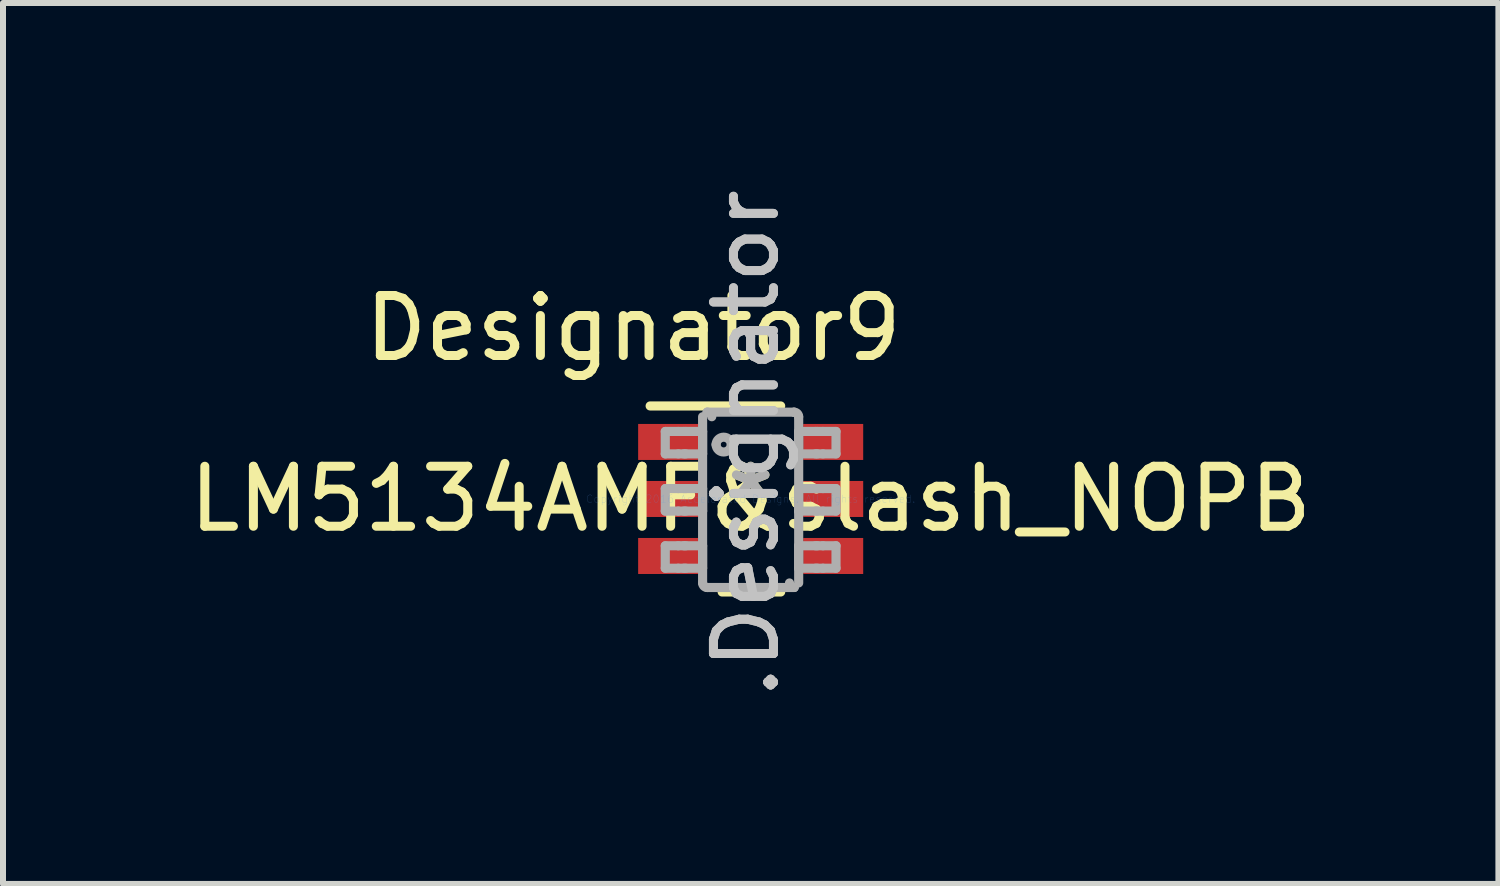
<source format=kicad_pcb>
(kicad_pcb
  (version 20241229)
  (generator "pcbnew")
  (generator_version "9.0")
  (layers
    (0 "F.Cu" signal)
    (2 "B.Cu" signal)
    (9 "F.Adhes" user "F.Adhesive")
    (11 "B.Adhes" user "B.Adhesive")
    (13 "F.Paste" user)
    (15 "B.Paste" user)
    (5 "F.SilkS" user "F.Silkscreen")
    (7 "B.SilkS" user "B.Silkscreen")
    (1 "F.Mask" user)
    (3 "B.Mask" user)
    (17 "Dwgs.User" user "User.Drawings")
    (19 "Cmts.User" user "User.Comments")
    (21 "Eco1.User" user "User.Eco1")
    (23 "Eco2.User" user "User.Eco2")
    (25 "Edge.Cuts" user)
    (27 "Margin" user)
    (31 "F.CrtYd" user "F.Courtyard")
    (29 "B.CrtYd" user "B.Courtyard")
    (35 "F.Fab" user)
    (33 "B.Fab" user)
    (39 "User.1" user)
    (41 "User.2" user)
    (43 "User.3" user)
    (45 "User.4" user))
  (footprint "LM5134AMF&slash_NOPB"
    (layer "F.Cu")
    (at 9.458 5.264)
    (property "Reference" "LM5134AMF&slash_NOPB" (at 0 0 0) (layer "F.SilkS") (effects (font (size 1 1) (thickness 0.15))))
    (attr through_hole)
    (fp_line (start -1.675 -1.55) (end 0.5 -1.55) (stroke (width 0.152) (type solid)) (layer "F.SilkS"))
    (fp_line (start -0.475 1.55) (end 0.5 1.55) (stroke (width 0.152) (type solid)) (layer "F.SilkS"))
    (fp_line (start -1.423 -1.125) (end -1.206 -1.125) (stroke (width 0.152) (type solid)) (layer "F.Fab"))
    (fp_line (start -1.423 -0.751) (end -1.423 -1.125) (stroke (width 0.152) (type solid)) (layer "F.Fab"))
    (fp_line (start -1.423 -0.751) (end -1.206 -0.751) (stroke (width 0.152) (type solid)) (layer "F.Fab"))
    (fp_line (start -1.423 -0.173) (end -1.206 -0.173) (stroke (width 0.152) (type solid)) (layer "F.Fab"))
    (fp_line (start -1.423 0.202) (end -1.423 -0.173) (stroke (width 0.152) (type solid)) (layer "F.Fab"))
    (fp_line (start -1.423 0.202) (end -1.206 0.202) (stroke (width 0.152) (type solid)) (layer "F.Fab"))
    (fp_line (start -1.423 0.78) (end -1.206 0.78) (stroke (width 0.152) (type solid)) (layer "F.Fab"))
    (fp_line (start -1.423 1.154) (end -1.423 0.78) (stroke (width 0.152) (type solid)) (layer "F.Fab"))
    (fp_line (start -1.423 1.154) (end -1.206 1.154) (stroke (width 0.152) (type solid)) (layer "F.Fab"))
    (fp_line (start -1.206 -1.125) (end -1.113 -1.125) (stroke (width 0.152) (type solid)) (layer "F.Fab"))
    (fp_line (start -1.206 -0.751) (end -1.113 -0.751) (stroke (width 0.152) (type solid)) (layer "F.Fab"))
    (fp_line (start -1.206 -0.173) (end -1.113 -0.173) (stroke (width 0.152) (type solid)) (layer "F.Fab"))
    (fp_line (start -1.206 0.202) (end -1.113 0.202) (stroke (width 0.152) (type solid)) (layer "F.Fab"))
    (fp_line (start -1.206 0.78) (end -1.113 0.78) (stroke (width 0.152) (type solid)) (layer "F.Fab"))
    (fp_line (start -1.206 1.154) (end -1.113 1.154) (stroke (width 0.152) (type solid)) (layer "F.Fab"))
    (fp_line (start -1.113 -1.125) (end -1.081 -1.125) (stroke (width 0.152) (type solid)) (layer "F.Fab"))
    (fp_line (start -1.113 -0.751) (end -1.081 -0.751) (stroke (width 0.152) (type solid)) (layer "F.Fab"))
    (fp_line (start -1.113 -0.173) (end -1.081 -0.173) (stroke (width 0.152) (type solid)) (layer "F.Fab"))
    (fp_line (start -1.113 0.202) (end -1.081 0.202) (stroke (width 0.152) (type solid)) (layer "F.Fab"))
    (fp_line (start -1.113 0.78) (end -1.081 0.78) (stroke (width 0.152) (type solid)) (layer "F.Fab"))
    (fp_line (start -1.113 1.154) (end -1.081 1.154) (stroke (width 0.152) (type solid)) (layer "F.Fab"))
    (fp_line (start -1.081 -1.125) (end -0.828 -1.125) (stroke (width 0.152) (type solid)) (layer "F.Fab"))
    (fp_line (start -1.081 -0.751) (end -0.828 -0.751) (stroke (width 0.152) (type solid)) (layer "F.Fab"))
    (fp_line (start -1.081 -0.173) (end -0.828 -0.173) (stroke (width 0.152) (type solid)) (layer "F.Fab"))
    (fp_line (start -1.081 0.202) (end -0.828 0.202) (stroke (width 0.152) (type solid)) (layer "F.Fab"))
    (fp_line (start -1.081 0.78) (end -0.828 0.78) (stroke (width 0.152) (type solid)) (layer "F.Fab"))
    (fp_line (start -1.081 1.154) (end -0.828 1.154) (stroke (width 0.152) (type solid)) (layer "F.Fab"))
    (fp_line (start -0.828 -1.125) (end -0.801 -1.125) (stroke (width 0.152) (type solid)) (layer "F.Fab"))
    (fp_line (start -0.828 -0.751) (end -0.801 -0.751) (stroke (width 0.152) (type solid)) (layer "F.Fab"))
    (fp_line (start -0.828 -0.173) (end -0.801 -0.173) (stroke (width 0.152) (type solid)) (layer "F.Fab"))
    (fp_line (start -0.828 0.202) (end -0.801 0.202) (stroke (width 0.152) (type solid)) (layer "F.Fab"))
    (fp_line (start -0.828 0.78) (end -0.801 0.78) (stroke (width 0.152) (type solid)) (layer "F.Fab"))
    (fp_line (start -0.828 1.154) (end -0.801 1.154) (stroke (width 0.152) (type solid)) (layer "F.Fab"))
    (fp_line (start -0.801 -0.751) (end -0.801 -1.125) (stroke (width 0.152) (type solid)) (layer "F.Fab"))
    (fp_line (start -0.801 0.202) (end -0.801 -0.173) (stroke (width 0.152) (type solid)) (layer "F.Fab"))
    (fp_line (start -0.801 1.154) (end -0.801 0.78) (stroke (width 0.152) (type solid)) (layer "F.Fab"))
    (fp_line (start -0.801 1.399) (end -0.801 -1.37) (stroke (width 0.152) (type solid)) (layer "F.Fab"))
    (fp_line (start -0.725 -1.446) (end -0.724 -1.446) (stroke (width 0.152) (type solid)) (layer "F.Fab"))
    (fp_line (start -0.725 1.475) (end -0.724 1.475) (stroke (width 0.152) (type solid)) (layer "F.Fab"))
    (fp_line (start -0.724 -1.446) (end 0.723 -1.446) (stroke (width 0.152) (type solid)) (layer "F.Fab"))
    (fp_line (start -0.724 1.475) (end 0.723 1.475) (stroke (width 0.152) (type solid)) (layer "F.Fab"))
    (fp_line (start 0.723 -1.446) (end 0.724 -1.446) (stroke (width 0.152) (type solid)) (layer "F.Fab"))
    (fp_line (start 0.723 1.475) (end 0.724 1.475) (stroke (width 0.152) (type solid)) (layer "F.Fab"))
    (fp_line (start 0.8 -1.125) (end 0.827 -1.125) (stroke (width 0.152) (type solid)) (layer "F.Fab"))
    (fp_line (start 0.8 -0.751) (end 0.8 -1.125) (stroke (width 0.152) (type solid)) (layer "F.Fab"))
    (fp_line (start 0.8 -0.751) (end 0.827 -0.751) (stroke (width 0.152) (type solid)) (layer "F.Fab"))
    (fp_line (start 0.8 -0.173) (end 0.827 -0.173) (stroke (width 0.152) (type solid)) (layer "F.Fab"))
    (fp_line (start 0.8 0.202) (end 0.8 -0.173) (stroke (width 0.152) (type solid)) (layer "F.Fab"))
    (fp_line (start 0.8 0.202) (end 0.827 0.202) (stroke (width 0.152) (type solid)) (layer "F.Fab"))
    (fp_line (start 0.8 0.78) (end 0.827 0.78) (stroke (width 0.152) (type solid)) (layer "F.Fab"))
    (fp_line (start 0.8 1.154) (end 0.8 0.78) (stroke (width 0.152) (type solid)) (layer "F.Fab"))
    (fp_line (start 0.8 1.154) (end 0.827 1.154) (stroke (width 0.152) (type solid)) (layer "F.Fab"))
    (fp_line (start 0.8 1.399) (end 0.8 -1.37) (stroke (width 0.152) (type solid)) (layer "F.Fab"))
    (fp_line (start 0.827 -1.125) (end 1.08 -1.125) (stroke (width 0.152) (type solid)) (layer "F.Fab"))
    (fp_line (start 0.827 -0.751) (end 1.08 -0.751) (stroke (width 0.152) (type solid)) (layer "F.Fab"))
    (fp_line (start 0.827 -0.173) (end 1.08 -0.173) (stroke (width 0.152) (type solid)) (layer "F.Fab"))
    (fp_line (start 0.827 0.202) (end 1.08 0.202) (stroke (width 0.152) (type solid)) (layer "F.Fab"))
    (fp_line (start 0.827 0.78) (end 1.08 0.78) (stroke (width 0.152) (type solid)) (layer "F.Fab"))
    (fp_line (start 0.827 1.154) (end 1.08 1.154) (stroke (width 0.152) (type solid)) (layer "F.Fab"))
    (fp_line (start 1.08 -1.125) (end 1.112 -1.125) (stroke (width 0.152) (type solid)) (layer "F.Fab"))
    (fp_line (start 1.08 -0.751) (end 1.112 -0.751) (stroke (width 0.152) (type solid)) (layer "F.Fab"))
    (fp_line (start 1.08 -0.173) (end 1.112 -0.173) (stroke (width 0.152) (type solid)) (layer "F.Fab"))
    (fp_line (start 1.08 0.202) (end 1.112 0.202) (stroke (width 0.152) (type solid)) (layer "F.Fab"))
    (fp_line (start 1.08 0.78) (end 1.112 0.78) (stroke (width 0.152) (type solid)) (layer "F.Fab"))
    (fp_line (start 1.08 1.154) (end 1.112 1.154) (stroke (width 0.152) (type solid)) (layer "F.Fab"))
    (fp_line (start 1.112 -1.125) (end 1.205 -1.125) (stroke (width 0.152) (type solid)) (layer "F.Fab"))
    (fp_line (start 1.112 -0.751) (end 1.205 -0.751) (stroke (width 0.152) (type solid)) (layer "F.Fab"))
    (fp_line (start 1.112 -0.173) (end 1.205 -0.173) (stroke (width 0.152) (type solid)) (layer "F.Fab"))
    (fp_line (start 1.112 0.202) (end 1.205 0.202) (stroke (width 0.152) (type solid)) (layer "F.Fab"))
    (fp_line (start 1.112 0.78) (end 1.205 0.78) (stroke (width 0.152) (type solid)) (layer "F.Fab"))
    (fp_line (start 1.112 1.154) (end 1.205 1.154) (stroke (width 0.152) (type solid)) (layer "F.Fab"))
    (fp_line (start 1.205 -1.125) (end 1.422 -1.125) (stroke (width 0.152) (type solid)) (layer "F.Fab"))
    (fp_line (start 1.205 -0.751) (end 1.422 -0.751) (stroke (width 0.152) (type solid)) (layer "F.Fab"))
    (fp_line (start 1.205 -0.173) (end 1.422 -0.173) (stroke (width 0.152) (type solid)) (layer "F.Fab"))
    (fp_line (start 1.205 0.202) (end 1.422 0.202) (stroke (width 0.152) (type solid)) (layer "F.Fab"))
    (fp_line (start 1.205 0.78) (end 1.422 0.78) (stroke (width 0.152) (type solid)) (layer "F.Fab"))
    (fp_line (start 1.205 1.154) (end 1.422 1.154) (stroke (width 0.152) (type solid)) (layer "F.Fab"))
    (fp_line (start 1.422 -0.751) (end 1.422 -1.125) (stroke (width 0.152) (type solid)) (layer "F.Fab"))
    (fp_line (start 1.422 0.202) (end 1.422 -0.173) (stroke (width 0.152) (type solid)) (layer "F.Fab"))
    (fp_line (start 1.422 1.154) (end 1.422 0.78) (stroke (width 0.152) (type solid)) (layer "F.Fab"))
    (fp_arc (start -0.724487 1.475003) (mid -0.778145 1.45291) (end -0.800689 1.39944) (stroke (width 0.1524) (type solid)) (layer "F.Fab"))
    (fp_arc (start -0.724474 -1.446002) (mid -0.670807 -1.423905) (end -0.648259 -1.370426) (stroke (width 0.1524) (type solid)) (layer "F.Fab"))
    (fp_arc (start -0.576537 -0.906071) (mid -0.449562 -1.033046) (end -0.322587 -0.906071) (stroke (width 0.1524) (type solid)) (layer "F.Fab"))
    (fp_arc (start -0.322588 -0.906071) (mid -0.449562 -0.779097) (end -0.576536 -0.906071) (stroke (width 0.1524) (type solid)) (layer "F.Fab"))
    (fp_arc (start 0.723303 -1.446002) (mid 0.776961 -1.423909) (end 0.799505 -1.370439) (stroke (width 0.1524) (type solid)) (layer "F.Fab"))
    (fp_arc (start 0.723316 1.475003) (mid 0.669668 1.452913) (end 0.647127 1.399453) (stroke (width 0.1524) (type solid)) (layer "F.Fab"))
    (fp_text user "*" (at 0 0 0) (layer "F.SilkS") (effects (font (size 1 1) (thickness 0.15))))
    (fp_text user "Designator9" (at -1.956 -2.845 0) (layer "F.SilkS") (effects (font (size 1 1) (thickness 0.15))))
    (fp_text user ".Designator" (at -0.075 -0.925 270) (layer "Dwgs.User") (effects (font (size 1 1) (thickness 0.15))))
    (fp_text user "Copyright 2016 Accelerated Designs. All rights reserved." (at 0 0 0) (layer "Cmts.User") (effects (font (size 0.127 0.127) (thickness 0.002))))
    (fp_text user ".Designator" (at -0.075 -0.925 270) (layer "F.Fab") (effects (font (size 1 1) (thickness 0.15))))
    (fp_text user "*" (at 0 0 0) (layer "F.Fab") (effects (font (size 1 1) (thickness 0.15))))
    (pad "1" smd rect (at -1.375 -0.95 90) (size 0.6 1) (layers "F.Cu" "F.Mask" "F.Paste"))
    (pad "2" smd rect (at -1.375 0 90) (size 0.6 1) (layers "F.Cu" "F.Mask" "F.Paste"))
    (pad "3" smd rect (at -1.375 0.95 90) (size 0.6 1) (layers "F.Cu" "F.Mask" "F.Paste"))
    (pad "4" smd rect (at 1.375 0.95 90) (size 0.6 1) (layers "F.Cu" "F.Mask" "F.Paste"))
    (pad "5" smd rect (at 1.375 0 90) (size 0.6 1) (layers "F.Cu" "F.Mask" "F.Paste"))
    (pad "6" smd rect (at 1.375 -0.95 90) (size 0.6 1) (layers "F.Cu" "F.Mask" "F.Paste")))
  (gr_rect
    (start -3 -3)
    (end 21.917 11.679)
    (stroke (width 0.1) (type default))
    (fill no)
    (layer "Edge.Cuts")))
</source>
